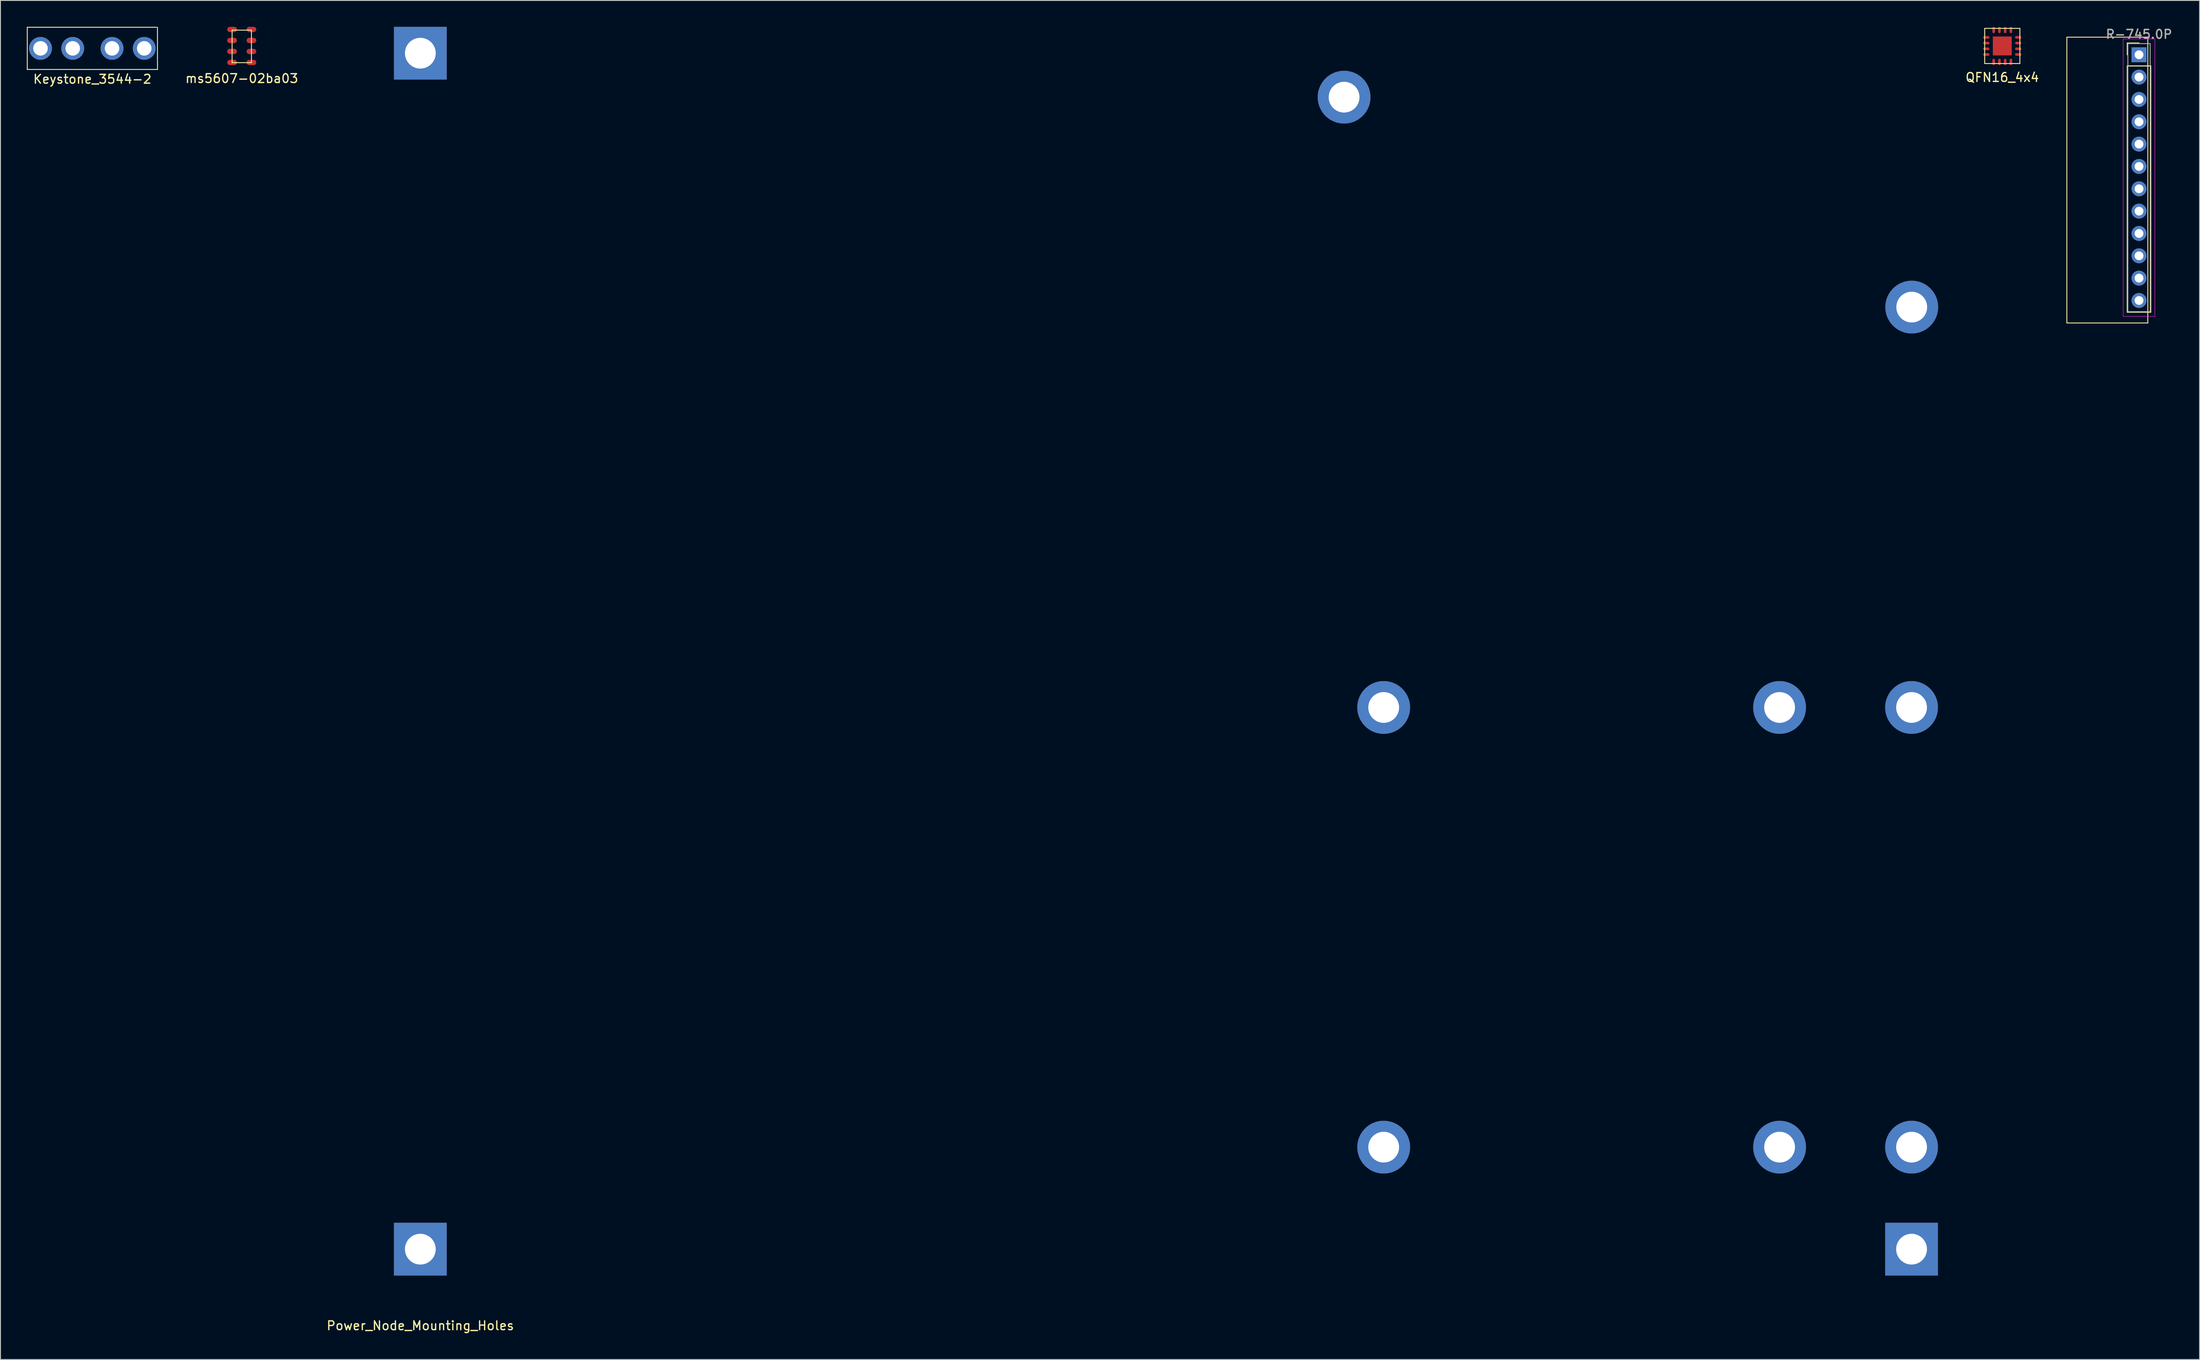
<source format=kicad_pcb>
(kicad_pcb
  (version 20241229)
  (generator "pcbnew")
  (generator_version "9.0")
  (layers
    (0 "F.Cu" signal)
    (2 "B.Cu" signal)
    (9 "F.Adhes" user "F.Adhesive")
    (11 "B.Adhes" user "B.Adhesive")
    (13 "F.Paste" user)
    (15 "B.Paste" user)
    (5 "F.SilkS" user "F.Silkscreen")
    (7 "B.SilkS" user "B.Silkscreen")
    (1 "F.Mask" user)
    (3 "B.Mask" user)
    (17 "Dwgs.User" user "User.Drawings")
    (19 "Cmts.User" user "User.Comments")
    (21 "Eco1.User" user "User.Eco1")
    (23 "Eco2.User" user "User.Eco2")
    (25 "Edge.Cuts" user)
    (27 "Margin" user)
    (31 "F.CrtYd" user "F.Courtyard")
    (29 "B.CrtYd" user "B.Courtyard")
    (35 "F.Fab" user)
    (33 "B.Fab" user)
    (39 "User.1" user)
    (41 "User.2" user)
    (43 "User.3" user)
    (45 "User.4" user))
  (footprint "R-745.0P"
    (layer "F.Cu")
    (at 240.081 3.178)
    (property "Reference" "R-745.0P" (at 0 -2.33 0) (layer "F.SilkS") (effects (font (size 1 1) (thickness 0.15))))
    (attr through_hole)
    (fp_line (start -8.2 -2) (end -8.2 30.5) (stroke (width 0.1) (type solid)) (layer "F.SilkS"))
    (fp_line (start -8.2 -2) (end 1 -2) (stroke (width 0.1) (type solid)) (layer "F.SilkS"))
    (fp_line (start -8.2 30.5) (end 1 30.5) (stroke (width 0.1) (type solid)) (layer "F.SilkS"))
    (fp_line (start -1.33 -1.33) (end 0 -1.33) (stroke (width 0.12) (type solid)) (layer "F.SilkS"))
    (fp_line (start -1.33 0) (end -1.33 -1.33) (stroke (width 0.12) (type solid)) (layer "F.SilkS"))
    (fp_line (start -1.33 1.27) (end -1.33 29.27) (stroke (width 0.12) (type solid)) (layer "F.SilkS"))
    (fp_line (start -1.33 29.27) (end 1.33 29.27) (stroke (width 0.12) (type solid)) (layer "F.SilkS"))
    (fp_line (start 1 30.5) (end 1 -2) (stroke (width 0.1) (type solid)) (layer "F.SilkS"))
    (fp_line (start 1.33 1.27) (end -1.33 1.27) (stroke (width 0.12) (type solid)) (layer "F.SilkS"))
    (fp_line (start 1.33 29.27) (end 1.33 1.27) (stroke (width 0.12) (type solid)) (layer "F.SilkS"))
    (fp_line (start -1.8 -1.8) (end -1.8 29.75) (stroke (width 0.05) (type solid)) (layer "F.CrtYd"))
    (fp_line (start -1.8 29.75) (end 1.8 29.75) (stroke (width 0.05) (type solid)) (layer "F.CrtYd"))
    (fp_line (start 1.8 -1.8) (end -1.8 -1.8) (stroke (width 0.05) (type solid)) (layer "F.CrtYd"))
    (fp_line (start 1.8 29.75) (end 1.8 -1.8) (stroke (width 0.05) (type solid)) (layer "F.CrtYd"))
    (fp_line (start -1.27 -1.27) (end -1.27 29.21) (stroke (width 0.1) (type solid)) (layer "F.Fab"))
    (fp_line (start -1.27 29.21) (end 1.27 29.21) (stroke (width 0.1) (type solid)) (layer "F.Fab"))
    (fp_line (start 1.27 -1.27) (end -1.27 -1.27) (stroke (width 0.1) (type solid)) (layer "F.Fab"))
    (fp_line (start 1.27 29.21) (end 1.27 -1.27) (stroke (width 0.1) (type solid)) (layer "F.Fab"))
    (fp_text user "${REFERENCE}" (at 0 -2.33 0) (layer "F.Fab") (effects (font (size 1 1) (thickness 0.15))))
    (pad "1" thru_hole rect (at 0 0) (size 1.7 1.7) (drill 1) (layers "*.Cu" "*.Mask"))
    (pad "2" thru_hole oval (at 0 2.54) (size 1.7 1.7) (drill 1) (layers "*.Cu" "*.Mask"))
    (pad "3" thru_hole oval (at 0 5.08) (size 1.7 1.7) (drill 1) (layers "*.Cu" "*.Mask"))
    (pad "4" thru_hole oval (at 0 7.62) (size 1.7 1.7) (drill 1) (layers "*.Cu" "*.Mask"))
    (pad "5" thru_hole oval (at 0 10.16) (size 1.7 1.7) (drill 1) (layers "*.Cu" "*.Mask"))
    (pad "6" thru_hole oval (at 0 12.7) (size 1.7 1.7) (drill 1) (layers "*.Cu" "*.Mask"))
    (pad "7" thru_hole oval (at 0 15.24) (size 1.7 1.7) (drill 1) (layers "*.Cu" "*.Mask"))
    (pad "8" thru_hole oval (at 0 17.78) (size 1.7 1.7) (drill 1) (layers "*.Cu" "*.Mask"))
    (pad "9" thru_hole oval (at 0 20.32) (size 1.7 1.7) (drill 1) (layers "*.Cu" "*.Mask"))
    (pad "10" thru_hole oval (at 0 22.86) (size 1.7 1.7) (drill 1) (layers "*.Cu" "*.Mask"))
    (pad "11" thru_hole oval (at 0 25.4) (size 1.7 1.7) (drill 1) (layers "*.Cu" "*.Mask"))
    (pad "12" thru_hole oval (at 0 27.94) (size 1.7 1.7) (drill 1) (layers "*.Cu" "*.Mask")))
  (footprint "Power_Node_Mounting_Holes"
    (layer "F.Cu")
    (at 44.727 139)
    (property "Reference" "Power_Node_Mounting_Holes" (at 0 8.7 0) (layer "F.SilkS") (effects (font (size 1 1) (thickness 0.15))))
    (attr through_hole)
    (pad "1" thru_hole rect (at 0 0) (size 6 6) (drill 3.5) (layers "*.Cu" "*.Mask"))
    (pad "1" thru_hole circle (at 169.5 -11.6) (size 6 6) (drill 3.5) (layers "*.Cu" "*.Mask"))
    (pad "2" thru_hole rect (at 0 -136) (size 6 6) (drill 3.5) (layers "*.Cu" "*.Mask"))
    (pad "2" thru_hole circle (at 154.5 -11.6) (size 6 6) (drill 3.5) (layers "*.Cu" "*.Mask"))
    (pad "3" thru_hole circle (at 105 -131) (size 6 6) (drill 3.5) (layers "*.Cu" "*.Mask"))
    (pad "3" thru_hole circle (at 109.5 -11.6) (size 6 6) (drill 3.5) (layers "*.Cu" "*.Mask"))
    (pad "4" thru_hole circle (at 169.5 -61.6) (size 6 6) (drill 3.5) (layers "*.Cu" "*.Mask"))
    (pad "4" thru_hole circle (at 169.52 -107.128) (size 6 6) (drill 3.5) (layers "*.Cu" "*.Mask"))
    (pad "5" thru_hole circle (at 109.5 -61.6) (size 6 6) (drill 3.5) (layers "*.Cu" "*.Mask"))
    (pad "5" thru_hole rect (at 169.5 0) (size 6 6) (drill 3.5) (layers "*.Cu" "*.Mask"))
    (pad "6" thru_hole circle (at 154.5 -61.6) (size 6 6) (drill 3.5) (layers "*.Cu" "*.Mask")))
  (footprint "ms5607-02ba03"
    (layer "F.Cu")
    (at 24.43 2.175)
    (property "Reference" "ms5607-02ba03" (at 0 3.7 0) (layer "F.SilkS") (effects (font (size 1 1) (thickness 0.15))))
    (attr through_hole)
    (fp_line (start -1.1 -1.8) (end -1.1 1.9) (stroke (width 0.1) (type solid)) (layer "F.SilkS"))
    (fp_line (start -1.1 1.9) (end 1.1 1.9) (stroke (width 0.1) (type solid)) (layer "F.SilkS"))
    (fp_line (start 1.1 -1.8) (end -1.1 -1.8) (stroke (width 0.1) (type solid)) (layer "F.SilkS"))
    (fp_line (start 1.1 1.9) (end 1.1 -1.8) (stroke (width 0.1) (type solid)) (layer "F.SilkS"))
    (pad "1" smd oval (at -1.1 -1.875) (size 1.1 0.6) (layers "F.Cu" "F.Mask" "F.Paste"))
    (pad "2" smd oval (at -1.1 -0.625) (size 1.1 0.6) (layers "F.Cu" "F.Mask" "F.Paste"))
    (pad "3" smd oval (at -1.1 0.625) (size 1.1 0.6) (layers "F.Cu" "F.Mask" "F.Paste"))
    (pad "4" smd oval (at -1.1 1.875) (size 1.1 0.6) (layers "F.Cu" "F.Mask" "F.Paste"))
    (pad "5" smd oval (at 1.1 1.875) (size 1.1 0.6) (layers "F.Cu" "F.Mask" "F.Paste"))
    (pad "6" smd oval (at 1.1 0.625) (size 1.1 0.6) (layers "F.Cu" "F.Mask" "F.Paste"))
    (pad "7" smd oval (at 1.1 -0.625) (size 1.1 0.6) (layers "F.Cu" "F.Mask" "F.Paste"))
    (pad "8" smd oval (at 1.1 -1.875) (size 1.1 0.6) (layers "F.Cu" "F.Mask" "F.Paste")))
  (footprint "QFN16_4x4"
    (layer "F.Cu")
    (at 224.539 2.175)
    (property "Reference" "QFN16_4x4" (at 0 3.575 0) (layer "F.SilkS") (effects (font (size 1 1) (thickness 0.15))))
    (attr through_hole)
    (fp_line (start -2 -2) (end -2 2) (stroke (width 0.1) (type solid)) (layer "F.SilkS"))
    (fp_line (start -2 2) (end 2 2) (stroke (width 0.1) (type solid)) (layer "F.SilkS"))
    (fp_line (start 2 -2) (end -2 -2) (stroke (width 0.1) (type solid)) (layer "F.SilkS"))
    (fp_line (start 2 2) (end 2 -2) (stroke (width 0.1) (type solid)) (layer "F.SilkS"))
    (pad "1" smd oval (at -0.975 1.815) (size 0.3 0.72) (layers "F.Cu" "F.Mask" "F.Paste"))
    (pad "1" smd rect (at 0 0) (size 2.15 2.15) (layers "F.Cu" "F.Mask" "F.Paste"))
    (pad "2" smd oval (at -0.325 1.815) (size 0.3 0.72) (layers "F.Cu" "F.Mask" "F.Paste"))
    (pad "3" smd oval (at 0.325 1.815) (size 0.3 0.72) (layers "F.Cu" "F.Mask" "F.Paste"))
    (pad "4" smd oval (at 0.975 1.815) (size 0.3 0.72) (layers "F.Cu" "F.Mask" "F.Paste"))
    (pad "5" smd oval (at 1.815 0.975) (size 0.72 0.3) (layers "F.Cu" "F.Mask" "F.Paste"))
    (pad "6" smd oval (at 1.815 0.325) (size 0.72 0.3) (layers "F.Cu" "F.Mask" "F.Paste"))
    (pad "7" smd oval (at 1.815 -0.325) (size 0.72 0.3) (layers "F.Cu" "F.Mask" "F.Paste"))
    (pad "8" smd oval (at 1.815 -0.975) (size 0.72 0.3) (layers "F.Cu" "F.Mask" "F.Paste"))
    (pad "9" smd oval (at 0.975 -1.815) (size 0.3 0.72) (layers "F.Cu" "F.Mask" "F.Paste"))
    (pad "10" smd oval (at 0.325 -1.815) (size 0.3 0.72) (layers "F.Cu" "F.Mask" "F.Paste"))
    (pad "11" smd oval (at -0.325 -1.815) (size 0.3 0.72) (layers "F.Cu" "F.Mask" "F.Paste"))
    (pad "12" smd oval (at -0.975 -1.815) (size 0.3 0.72) (layers "F.Cu" "F.Mask" "F.Paste"))
    (pad "13" smd oval (at -1.815 -0.975) (size 0.72 0.3) (layers "F.Cu" "F.Mask" "F.Paste"))
    (pad "14" smd oval (at -1.815 -0.325) (size 0.72 0.3) (layers "F.Cu" "F.Mask" "F.Paste"))
    (pad "15" smd oval (at -1.815 0.325) (size 0.72 0.3) (layers "F.Cu" "F.Mask" "F.Paste"))
    (pad "16" smd oval (at -1.815 0.975) (size 0.72 0.3) (layers "F.Cu" "F.Mask" "F.Paste")))
  (footprint "Keystone_3544-2"
    (layer "F.Cu")
    (at 7.45 2.45)
    (property "Reference" "Keystone_3544-2" (at 0 3.5 0) (layer "F.SilkS") (effects (font (size 1 1) (thickness 0.15))))
    (attr through_hole)
    (fp_line (start -7.4 -2.4) (end -7.4 2.4) (stroke (width 0.1) (type solid)) (layer "F.SilkS"))
    (fp_line (start -7.4 2.4) (end 7.4 2.4) (stroke (width 0.1) (type solid)) (layer "F.SilkS"))
    (fp_line (start 7.3 -2.4) (end -7.4 -2.4) (stroke (width 0.1) (type solid)) (layer "F.SilkS"))
    (fp_line (start 7.4 2.4) (end 7.4 -2.4) (stroke (width 0.1) (type solid)) (layer "F.SilkS"))
    (pad "1" thru_hole circle (at -5.895 0) (size 2.6 2.6) (drill 1.65) (layers "*.Cu" "*.Mask"))
    (pad "1" thru_hole circle (at -2.235 0) (size 2.6 2.6) (drill 1.65) (layers "*.Cu" "*.Mask"))
    (pad "2" thru_hole circle (at 2.235 0) (size 2.6 2.6) (drill 1.65) (layers "*.Cu" "*.Mask"))
    (pad "2" thru_hole circle (at 5.895 0) (size 2.6 2.6) (drill 1.65) (layers "*.Cu" "*.Mask")))
  (gr_rect
    (start -3 -3)
    (end 246.968 151.548)
    (stroke (width 0.1) (type default))
    (fill no)
    (layer "Edge.Cuts")))
</source>
